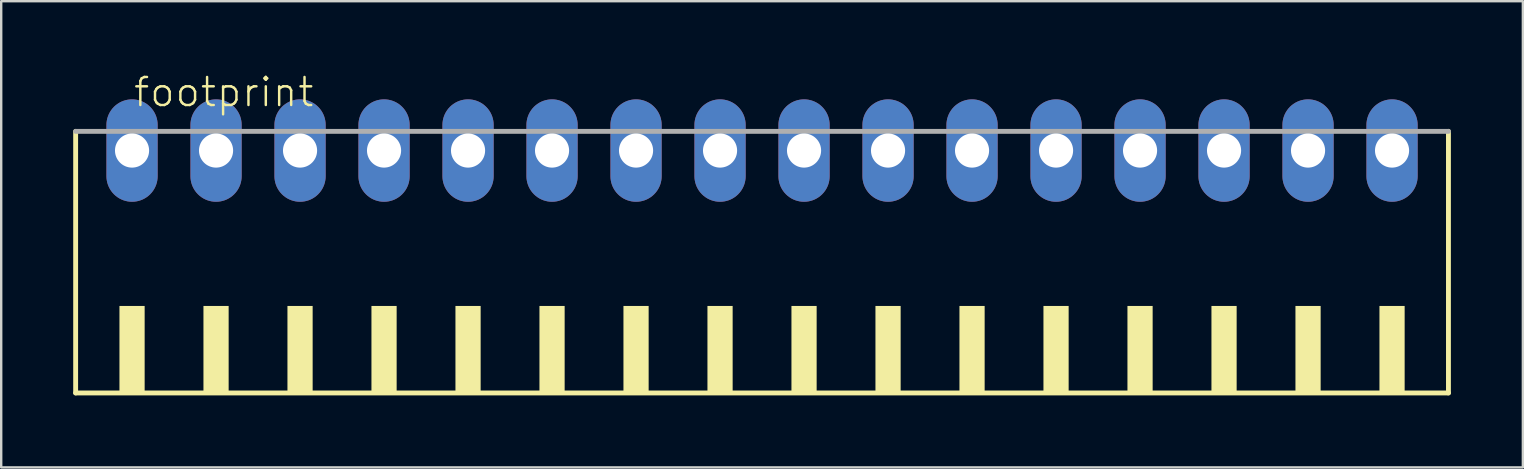
<source format=kicad_pcb>
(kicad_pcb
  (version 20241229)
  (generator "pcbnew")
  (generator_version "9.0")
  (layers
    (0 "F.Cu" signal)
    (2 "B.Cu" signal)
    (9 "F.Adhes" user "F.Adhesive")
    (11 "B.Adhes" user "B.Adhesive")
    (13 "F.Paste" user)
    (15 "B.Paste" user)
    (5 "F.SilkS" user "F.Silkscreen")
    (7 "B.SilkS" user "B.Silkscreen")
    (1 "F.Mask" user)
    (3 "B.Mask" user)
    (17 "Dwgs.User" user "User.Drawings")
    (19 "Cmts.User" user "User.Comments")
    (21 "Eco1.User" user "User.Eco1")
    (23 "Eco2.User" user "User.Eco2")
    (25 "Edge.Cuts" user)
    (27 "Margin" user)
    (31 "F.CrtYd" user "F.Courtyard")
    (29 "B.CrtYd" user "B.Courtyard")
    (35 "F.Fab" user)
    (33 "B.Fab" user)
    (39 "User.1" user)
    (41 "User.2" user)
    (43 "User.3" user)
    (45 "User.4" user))
  (footprint "footprint"
    (layer "F.Cu")
    (at 28.702 8.473)
    (property "Reference" "footprint" (at -26.25 -7 0) (layer "F.SilkS") (effects (font (size 1.168 1.168) (thickness 0.102)) (justify left bottom)))
    (fp_line (start -28.6 -6.05) (end -28.6 4.85) (stroke (width 0.203) (type solid)) (layer "F.SilkS"))
    (fp_line (start -28.6 4.85) (end 28.6 4.85) (stroke (width 0.203) (type solid)) (layer "F.SilkS"))
    (fp_line (start 28.6 4.85) (end 28.6 -6.05) (stroke (width 0.203) (type solid)) (layer "F.SilkS"))
    (fp_poly (pts (xy -26.775 4.9) (xy -25.725 4.9) (xy -25.725 1.225) (xy -26.775 1.225)) (stroke (width 0) (type solid)) (fill yes) (layer "F.SilkS"))
    (fp_poly (pts (xy -23.275 4.9) (xy -22.225 4.9) (xy -22.225 1.225) (xy -23.275 1.225)) (stroke (width 0) (type solid)) (fill yes) (layer "F.SilkS"))
    (fp_poly (pts (xy -19.775 4.9) (xy -18.725 4.9) (xy -18.725 1.225) (xy -19.775 1.225)) (stroke (width 0) (type solid)) (fill yes) (layer "F.SilkS"))
    (fp_poly (pts (xy -16.275 4.9) (xy -15.225 4.9) (xy -15.225 1.225) (xy -16.275 1.225)) (stroke (width 0) (type solid)) (fill yes) (layer "F.SilkS"))
    (fp_poly (pts (xy -12.775 4.9) (xy -11.725 4.9) (xy -11.725 1.225) (xy -12.775 1.225)) (stroke (width 0) (type solid)) (fill yes) (layer "F.SilkS"))
    (fp_poly (pts (xy -9.275 4.9) (xy -8.225 4.9) (xy -8.225 1.225) (xy -9.275 1.225)) (stroke (width 0) (type solid)) (fill yes) (layer "F.SilkS"))
    (fp_poly (pts (xy -5.775 4.9) (xy -4.725 4.9) (xy -4.725 1.225) (xy -5.775 1.225)) (stroke (width 0) (type solid)) (fill yes) (layer "F.SilkS"))
    (fp_poly (pts (xy -2.275 4.9) (xy -1.225 4.9) (xy -1.225 1.225) (xy -2.275 1.225)) (stroke (width 0) (type solid)) (fill yes) (layer "F.SilkS"))
    (fp_poly (pts (xy 1.225 4.9) (xy 2.275 4.9) (xy 2.275 1.225) (xy 1.225 1.225)) (stroke (width 0) (type solid)) (fill yes) (layer "F.SilkS"))
    (fp_poly (pts (xy 4.725 4.9) (xy 5.775 4.9) (xy 5.775 1.225) (xy 4.725 1.225)) (stroke (width 0) (type solid)) (fill yes) (layer "F.SilkS"))
    (fp_poly (pts (xy 8.225 4.9) (xy 9.275 4.9) (xy 9.275 1.225) (xy 8.225 1.225)) (stroke (width 0) (type solid)) (fill yes) (layer "F.SilkS"))
    (fp_poly (pts (xy 11.725 4.9) (xy 12.775 4.9) (xy 12.775 1.225) (xy 11.725 1.225)) (stroke (width 0) (type solid)) (fill yes) (layer "F.SilkS"))
    (fp_poly (pts (xy 15.225 4.9) (xy 16.275 4.9) (xy 16.275 1.225) (xy 15.225 1.225)) (stroke (width 0) (type solid)) (fill yes) (layer "F.SilkS"))
    (fp_poly (pts (xy 18.725 4.9) (xy 19.775 4.9) (xy 19.775 1.225) (xy 18.725 1.225)) (stroke (width 0) (type solid)) (fill yes) (layer "F.SilkS"))
    (fp_poly (pts (xy 22.225 4.9) (xy 23.275 4.9) (xy 23.275 1.225) (xy 22.225 1.225)) (stroke (width 0) (type solid)) (fill yes) (layer "F.SilkS"))
    (fp_poly (pts (xy 25.725 4.9) (xy 26.775 4.9) (xy 26.775 1.225) (xy 25.725 1.225)) (stroke (width 0) (type solid)) (fill yes) (layer "F.SilkS"))
    (fp_line (start 28.6 -6.05) (end -28.6 -6.05) (stroke (width 0.203) (type solid)) (layer "F.Fab"))
    (pad "1" thru_hole oval (at -26.25 -5.25 90) (size 4.267 2.134) (drill 1.422) (layers "*.Cu" "*.Mask"))
    (pad "2" thru_hole oval (at -22.75 -5.25 90) (size 4.267 2.134) (drill 1.422) (layers "*.Cu" "*.Mask"))
    (pad "3" thru_hole oval (at -19.25 -5.25 90) (size 4.267 2.134) (drill 1.422) (layers "*.Cu" "*.Mask"))
    (pad "4" thru_hole oval (at -15.75 -5.25 90) (size 4.267 2.134) (drill 1.422) (layers "*.Cu" "*.Mask"))
    (pad "5" thru_hole oval (at -12.25 -5.25 90) (size 4.267 2.134) (drill 1.422) (layers "*.Cu" "*.Mask"))
    (pad "6" thru_hole oval (at -8.75 -5.25 90) (size 4.267 2.134) (drill 1.422) (layers "*.Cu" "*.Mask"))
    (pad "7" thru_hole oval (at -5.25 -5.25 90) (size 4.267 2.134) (drill 1.422) (layers "*.Cu" "*.Mask"))
    (pad "8" thru_hole oval (at -1.75 -5.25 90) (size 4.267 2.134) (drill 1.422) (layers "*.Cu" "*.Mask"))
    (pad "9" thru_hole oval (at 1.75 -5.25 90) (size 4.267 2.134) (drill 1.422) (layers "*.Cu" "*.Mask"))
    (pad "10" thru_hole oval (at 5.25 -5.25 90) (size 4.267 2.134) (drill 1.422) (layers "*.Cu" "*.Mask"))
    (pad "11" thru_hole oval (at 8.75 -5.25 90) (size 4.267 2.134) (drill 1.422) (layers "*.Cu" "*.Mask"))
    (pad "12" thru_hole oval (at 12.25 -5.25 90) (size 4.267 2.134) (drill 1.422) (layers "*.Cu" "*.Mask"))
    (pad "13" thru_hole oval (at 15.75 -5.25 90) (size 4.267 2.134) (drill 1.422) (layers "*.Cu" "*.Mask"))
    (pad "14" thru_hole oval (at 19.25 -5.25 90) (size 4.267 2.134) (drill 1.422) (layers "*.Cu" "*.Mask"))
    (pad "15" thru_hole oval (at 22.75 -5.25 90) (size 4.267 2.134) (drill 1.422) (layers "*.Cu" "*.Mask"))
    (pad "16" thru_hole oval (at 26.25 -5.25 90) (size 4.267 2.134) (drill 1.422) (layers "*.Cu" "*.Mask")))
  (gr_rect
    (start -3 -3)
    (end 60.403 16.425)
    (stroke (width 0.1) (type default))
    (fill no)
    (layer "Edge.Cuts")))
</source>
